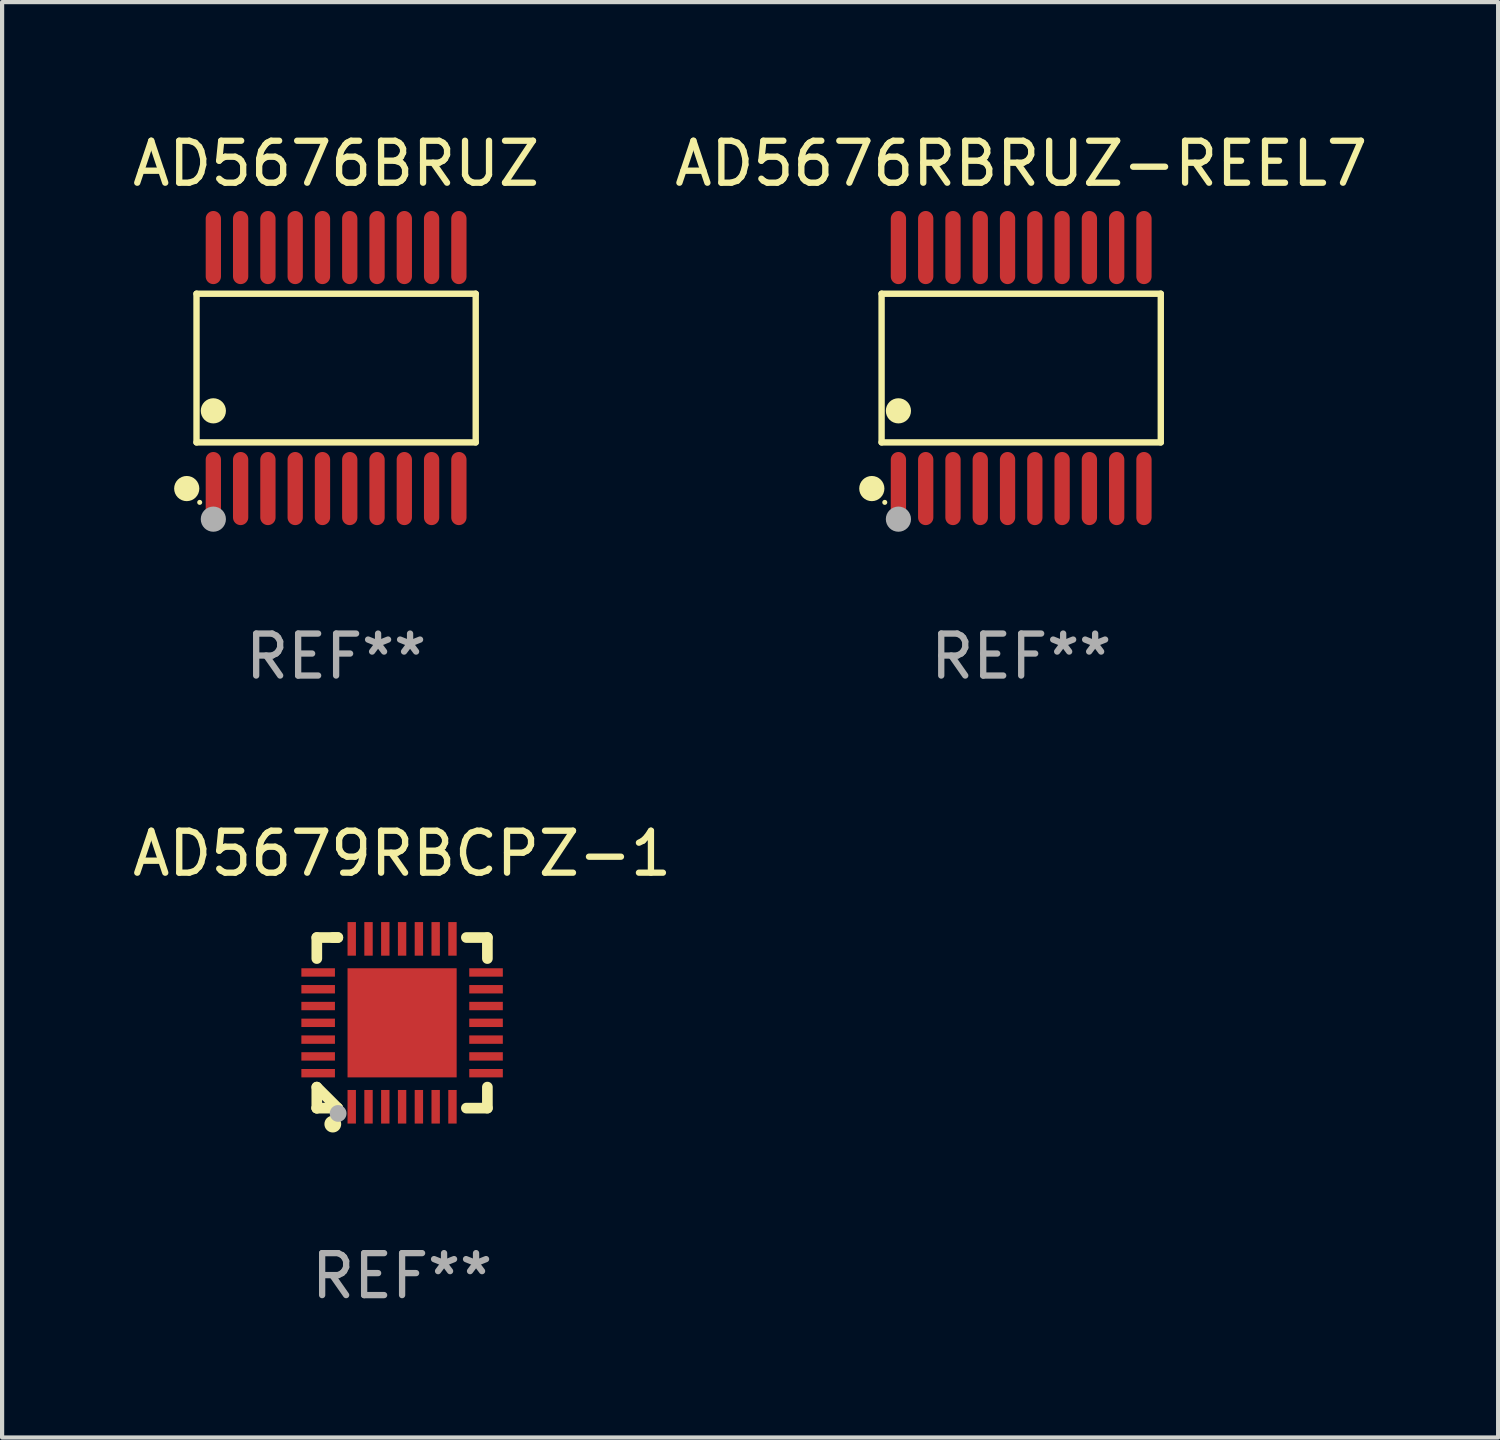
<source format=kicad_pcb>
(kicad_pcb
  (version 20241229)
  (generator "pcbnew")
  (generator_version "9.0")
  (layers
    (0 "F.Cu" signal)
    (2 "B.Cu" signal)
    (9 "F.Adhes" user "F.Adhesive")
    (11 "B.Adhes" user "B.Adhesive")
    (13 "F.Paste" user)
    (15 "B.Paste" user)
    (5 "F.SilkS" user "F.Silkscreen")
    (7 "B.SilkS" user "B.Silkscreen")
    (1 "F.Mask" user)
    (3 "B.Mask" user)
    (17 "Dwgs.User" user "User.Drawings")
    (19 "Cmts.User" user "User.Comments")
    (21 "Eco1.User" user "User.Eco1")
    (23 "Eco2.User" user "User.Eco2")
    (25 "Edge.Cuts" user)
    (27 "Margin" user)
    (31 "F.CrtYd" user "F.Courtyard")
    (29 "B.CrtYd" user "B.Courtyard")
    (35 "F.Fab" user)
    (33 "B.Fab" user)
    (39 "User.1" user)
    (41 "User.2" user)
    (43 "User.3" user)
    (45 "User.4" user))
  (footprint "AD5676BRUZ"
    (layer "F.Cu")
    (at 4.958 5.719)
    (property "Reference" "AD5676BRUZ" (at 0 -4.871 0) (layer "F.SilkS") (effects (font (size 1 1) (thickness 0.15))))
    (attr through_hole)
    (fp_line (start -3.326 -1.771) (end 3.326 -1.771) (stroke (width 0.152) (type solid)) (layer "F.SilkS"))
    (fp_line (start -3.326 1.771) (end -3.326 -1.771) (stroke (width 0.152) (type solid)) (layer "F.SilkS"))
    (fp_line (start 3.326 -1.771) (end 3.326 1.771) (stroke (width 0.152) (type solid)) (layer "F.SilkS"))
    (fp_line (start 3.326 1.771) (end -3.326 1.771) (stroke (width 0.152) (type solid)) (layer "F.SilkS"))
    (fp_circle (center -3.559 2.871) (end -3.409 2.871) (stroke (width 0.3) (type solid)) (fill no) (layer "F.SilkS"))
    (fp_circle (center -3.25 3.2) (end -3.22 3.2) (stroke (width 0.06) (type solid)) (fill no) (layer "F.SilkS"))
    (fp_circle (center -2.925 1.019) (end -2.775 1.019) (stroke (width 0.3) (type solid)) (fill no) (layer "F.SilkS"))
    (fp_circle (center -2.925 3.6) (end -2.775 3.6) (stroke (width 0.3) (type solid)) (fill no) (layer "F.Fab"))
    (fp_text user "REF**" (at 0 6.871 0) (layer "F.Fab") (effects (font (size 1 1) (thickness 0.15))))
    (pad "1" smd oval (at -2.925 2.871) (size 0.364 1.742) (layers "F.Cu" "F.Mask" "F.Paste"))
    (pad "2" smd oval (at -2.275 2.871) (size 0.364 1.742) (layers "F.Cu" "F.Mask" "F.Paste"))
    (pad "3" smd oval (at -1.625 2.871) (size 0.364 1.742) (layers "F.Cu" "F.Mask" "F.Paste"))
    (pad "4" smd oval (at -0.975 2.871) (size 0.364 1.742) (layers "F.Cu" "F.Mask" "F.Paste"))
    (pad "5" smd oval (at -0.325 2.871) (size 0.364 1.742) (layers "F.Cu" "F.Mask" "F.Paste"))
    (pad "6" smd oval (at 0.325 2.871) (size 0.364 1.742) (layers "F.Cu" "F.Mask" "F.Paste"))
    (pad "7" smd oval (at 0.975 2.871) (size 0.364 1.742) (layers "F.Cu" "F.Mask" "F.Paste"))
    (pad "8" smd oval (at 1.625 2.871) (size 0.364 1.742) (layers "F.Cu" "F.Mask" "F.Paste"))
    (pad "9" smd oval (at 2.275 2.871) (size 0.364 1.742) (layers "F.Cu" "F.Mask" "F.Paste"))
    (pad "10" smd oval (at 2.925 2.871) (size 0.364 1.742) (layers "F.Cu" "F.Mask" "F.Paste"))
    (pad "11" smd oval (at 2.925 -2.871) (size 0.364 1.742) (layers "F.Cu" "F.Mask" "F.Paste"))
    (pad "12" smd oval (at 2.275 -2.871) (size 0.364 1.742) (layers "F.Cu" "F.Mask" "F.Paste"))
    (pad "13" smd oval (at 1.625 -2.871) (size 0.364 1.742) (layers "F.Cu" "F.Mask" "F.Paste"))
    (pad "14" smd oval (at 0.975 -2.871) (size 0.364 1.742) (layers "F.Cu" "F.Mask" "F.Paste"))
    (pad "15" smd oval (at 0.325 -2.871) (size 0.364 1.742) (layers "F.Cu" "F.Mask" "F.Paste"))
    (pad "16" smd oval (at -0.325 -2.871) (size 0.364 1.742) (layers "F.Cu" "F.Mask" "F.Paste"))
    (pad "17" smd oval (at -0.975 -2.871) (size 0.364 1.742) (layers "F.Cu" "F.Mask" "F.Paste"))
    (pad "18" smd oval (at -1.625 -2.871) (size 0.364 1.742) (layers "F.Cu" "F.Mask" "F.Paste"))
    (pad "19" smd oval (at -2.275 -2.871) (size 0.364 1.742) (layers "F.Cu" "F.Mask" "F.Paste"))
    (pad "20" smd oval (at -2.925 -2.871) (size 0.364 1.742) (layers "F.Cu" "F.Mask" "F.Paste")))
  (footprint "AD5679RBCPZ-1"
    (layer "F.Cu")
    (at 6.53 21.319)
    (property "Reference" "AD5679RBCPZ-1" (at 0 -4.032 0) (layer "F.SilkS") (effects (font (size 1 1) (thickness 0.15))))
    (attr through_hole)
    (fp_line (start -2.032 -2.032) (end -2.032 -1.531) (stroke (width 0.254) (type solid)) (layer "F.SilkS"))
    (fp_line (start -2.032 1.532) (end -2.032 2.032) (stroke (width 0.254) (type solid)) (layer "F.SilkS"))
    (fp_line (start -2.032 1.532) (end -1.532 2.032) (stroke (width 0.254) (type solid)) (layer "F.SilkS"))
    (fp_line (start -2.032 2.032) (end -2.032 2.032) (stroke (width 0.254) (type solid)) (layer "F.SilkS"))
    (fp_line (start -2.032 2.032) (end -1.532 2.032) (stroke (width 0.254) (type solid)) (layer "F.SilkS"))
    (fp_line (start -1.531 -2.032) (end -2.032 -2.032) (stroke (width 0.254) (type solid)) (layer "F.SilkS"))
    (fp_line (start -1.531 -2.032) (end -1.651 -2.032) (stroke (width 0.254) (type solid)) (layer "F.SilkS"))
    (fp_line (start 1.531 2.032) (end 2.032 2.032) (stroke (width 0.254) (type solid)) (layer "F.SilkS"))
    (fp_line (start 2.032 -2.032) (end 1.531 -2.032) (stroke (width 0.254) (type solid)) (layer "F.SilkS"))
    (fp_line (start 2.032 -1.531) (end 2.032 -2.032) (stroke (width 0.254) (type solid)) (layer "F.SilkS"))
    (fp_line (start 2.032 2.032) (end 2.032 1.531) (stroke (width 0.254) (type solid)) (layer "F.SilkS"))
    (fp_circle (center -2 2) (end -1.97 2) (stroke (width 0.06) (type solid)) (fill no) (layer "F.SilkS"))
    (fp_circle (center -1.651 2.413) (end -1.551 2.413) (stroke (width 0.2) (type solid)) (fill no) (layer "F.SilkS"))
    (fp_circle (center -1.524 2.159) (end -1.424 2.159) (stroke (width 0.2) (type solid)) (fill no) (layer "F.Fab"))
    (fp_text user "REF**" (at 0 6.032 0) (layer "F.Fab") (effects (font (size 1 1) (thickness 0.15))))
    (pad "1" smd rect (at -1.2 2) (size 0.2 0.8) (layers "F.Cu" "F.Mask" "F.Paste"))
    (pad "2" smd rect (at -0.8 2) (size 0.2 0.8) (layers "F.Cu" "F.Mask" "F.Paste"))
    (pad "3" smd rect (at -0.4 2) (size 0.2 0.8) (layers "F.Cu" "F.Mask" "F.Paste"))
    (pad "4" smd rect (at 0 2) (size 0.2 0.8) (layers "F.Cu" "F.Mask" "F.Paste"))
    (pad "5" smd rect (at 0.4 2) (size 0.2 0.8) (layers "F.Cu" "F.Mask" "F.Paste"))
    (pad "6" smd rect (at 0.8 2) (size 0.2 0.8) (layers "F.Cu" "F.Mask" "F.Paste"))
    (pad "7" smd rect (at 1.2 2) (size 0.2 0.8) (layers "F.Cu" "F.Mask" "F.Paste"))
    (pad "8" smd rect (at 2 1.2 270) (size 0.2 0.8) (layers "F.Cu" "F.Mask" "F.Paste"))
    (pad "9" smd rect (at 2 0.8 270) (size 0.2 0.8) (layers "F.Cu" "F.Mask" "F.Paste"))
    (pad "10" smd rect (at 2 0.4 270) (size 0.2 0.8) (layers "F.Cu" "F.Mask" "F.Paste"))
    (pad "11" smd rect (at 2 0 270) (size 0.2 0.8) (layers "F.Cu" "F.Mask" "F.Paste"))
    (pad "12" smd rect (at 2 -0.4 270) (size 0.2 0.8) (layers "F.Cu" "F.Mask" "F.Paste"))
    (pad "13" smd rect (at 2 -0.8 270) (size 0.2 0.8) (layers "F.Cu" "F.Mask" "F.Paste"))
    (pad "14" smd rect (at 2 -1.2 270) (size 0.2 0.8) (layers "F.Cu" "F.Mask" "F.Paste"))
    (pad "15" smd rect (at 1.2 -2) (size 0.2 0.8) (layers "F.Cu" "F.Mask" "F.Paste"))
    (pad "16" smd rect (at 0.8 -2) (size 0.2 0.8) (layers "F.Cu" "F.Mask" "F.Paste"))
    (pad "17" smd rect (at 0.4 -2) (size 0.2 0.8) (layers "F.Cu" "F.Mask" "F.Paste"))
    (pad "18" smd rect (at 0 -2) (size 0.2 0.8) (layers "F.Cu" "F.Mask" "F.Paste"))
    (pad "19" smd rect (at -0.4 -2) (size 0.2 0.8) (layers "F.Cu" "F.Mask" "F.Paste"))
    (pad "20" smd rect (at -0.8 -2) (size 0.2 0.8) (layers "F.Cu" "F.Mask" "F.Paste"))
    (pad "21" smd rect (at -1.2 -2) (size 0.2 0.8) (layers "F.Cu" "F.Mask" "F.Paste"))
    (pad "22" smd rect (at -2 -1.2 270) (size 0.2 0.8) (layers "F.Cu" "F.Mask" "F.Paste"))
    (pad "23" smd rect (at -2 -0.8 270) (size 0.2 0.8) (layers "F.Cu" "F.Mask" "F.Paste"))
    (pad "24" smd rect (at -2 -0.4 270) (size 0.2 0.8) (layers "F.Cu" "F.Mask" "F.Paste"))
    (pad "25" smd rect (at -2 0 270) (size 0.2 0.8) (layers "F.Cu" "F.Mask" "F.Paste"))
    (pad "26" smd rect (at -2 0.4 270) (size 0.2 0.8) (layers "F.Cu" "F.Mask" "F.Paste"))
    (pad "27" smd rect (at -2 0.8 270) (size 0.2 0.8) (layers "F.Cu" "F.Mask" "F.Paste"))
    (pad "28" smd rect (at -2 1.2 270) (size 0.2 0.8) (layers "F.Cu" "F.Mask" "F.Paste"))
    (pad "29" smd rect (at 0 0 270) (size 2.6 2.6) (layers "F.Cu" "F.Mask" "F.Paste")))
  (footprint "AD5676RBRUZ-REEL7"
    (layer "F.Cu")
    (at 21.28 5.719)
    (property "Reference" "AD5676RBRUZ-REEL7" (at 0 -4.871 0) (layer "F.SilkS") (effects (font (size 1 1) (thickness 0.15))))
    (attr through_hole)
    (fp_line (start -3.326 -1.771) (end 3.326 -1.771) (stroke (width 0.152) (type solid)) (layer "F.SilkS"))
    (fp_line (start -3.326 1.771) (end -3.326 -1.771) (stroke (width 0.152) (type solid)) (layer "F.SilkS"))
    (fp_line (start 3.326 -1.771) (end 3.326 1.771) (stroke (width 0.152) (type solid)) (layer "F.SilkS"))
    (fp_line (start 3.326 1.771) (end -3.326 1.771) (stroke (width 0.152) (type solid)) (layer "F.SilkS"))
    (fp_circle (center -3.559 2.871) (end -3.409 2.871) (stroke (width 0.3) (type solid)) (fill no) (layer "F.SilkS"))
    (fp_circle (center -3.25 3.2) (end -3.22 3.2) (stroke (width 0.06) (type solid)) (fill no) (layer "F.SilkS"))
    (fp_circle (center -2.925 1.019) (end -2.775 1.019) (stroke (width 0.3) (type solid)) (fill no) (layer "F.SilkS"))
    (fp_circle (center -2.925 3.6) (end -2.775 3.6) (stroke (width 0.3) (type solid)) (fill no) (layer "F.Fab"))
    (fp_text user "REF**" (at 0 6.871 0) (layer "F.Fab") (effects (font (size 1 1) (thickness 0.15))))
    (pad "1" smd oval (at -2.925 2.871) (size 0.364 1.742) (layers "F.Cu" "F.Mask" "F.Paste"))
    (pad "2" smd oval (at -2.275 2.871) (size 0.364 1.742) (layers "F.Cu" "F.Mask" "F.Paste"))
    (pad "3" smd oval (at -1.625 2.871) (size 0.364 1.742) (layers "F.Cu" "F.Mask" "F.Paste"))
    (pad "4" smd oval (at -0.975 2.871) (size 0.364 1.742) (layers "F.Cu" "F.Mask" "F.Paste"))
    (pad "5" smd oval (at -0.325 2.871) (size 0.364 1.742) (layers "F.Cu" "F.Mask" "F.Paste"))
    (pad "6" smd oval (at 0.325 2.871) (size 0.364 1.742) (layers "F.Cu" "F.Mask" "F.Paste"))
    (pad "7" smd oval (at 0.975 2.871) (size 0.364 1.742) (layers "F.Cu" "F.Mask" "F.Paste"))
    (pad "8" smd oval (at 1.625 2.871) (size 0.364 1.742) (layers "F.Cu" "F.Mask" "F.Paste"))
    (pad "9" smd oval (at 2.275 2.871) (size 0.364 1.742) (layers "F.Cu" "F.Mask" "F.Paste"))
    (pad "10" smd oval (at 2.925 2.871) (size 0.364 1.742) (layers "F.Cu" "F.Mask" "F.Paste"))
    (pad "11" smd oval (at 2.925 -2.871) (size 0.364 1.742) (layers "F.Cu" "F.Mask" "F.Paste"))
    (pad "12" smd oval (at 2.275 -2.871) (size 0.364 1.742) (layers "F.Cu" "F.Mask" "F.Paste"))
    (pad "13" smd oval (at 1.625 -2.871) (size 0.364 1.742) (layers "F.Cu" "F.Mask" "F.Paste"))
    (pad "14" smd oval (at 0.975 -2.871) (size 0.364 1.742) (layers "F.Cu" "F.Mask" "F.Paste"))
    (pad "15" smd oval (at 0.325 -2.871) (size 0.364 1.742) (layers "F.Cu" "F.Mask" "F.Paste"))
    (pad "16" smd oval (at -0.325 -2.871) (size 0.364 1.742) (layers "F.Cu" "F.Mask" "F.Paste"))
    (pad "17" smd oval (at -0.975 -2.871) (size 0.364 1.742) (layers "F.Cu" "F.Mask" "F.Paste"))
    (pad "18" smd oval (at -1.625 -2.871) (size 0.364 1.742) (layers "F.Cu" "F.Mask" "F.Paste"))
    (pad "19" smd oval (at -2.275 -2.871) (size 0.364 1.742) (layers "F.Cu" "F.Mask" "F.Paste"))
    (pad "20" smd oval (at -2.925 -2.871) (size 0.364 1.742) (layers "F.Cu" "F.Mask" "F.Paste")))
  (gr_rect
    (start -3 -3)
    (end 32.643 31.199)
    (stroke (width 0.1) (type default))
    (fill no)
    (layer "Edge.Cuts")))
</source>
